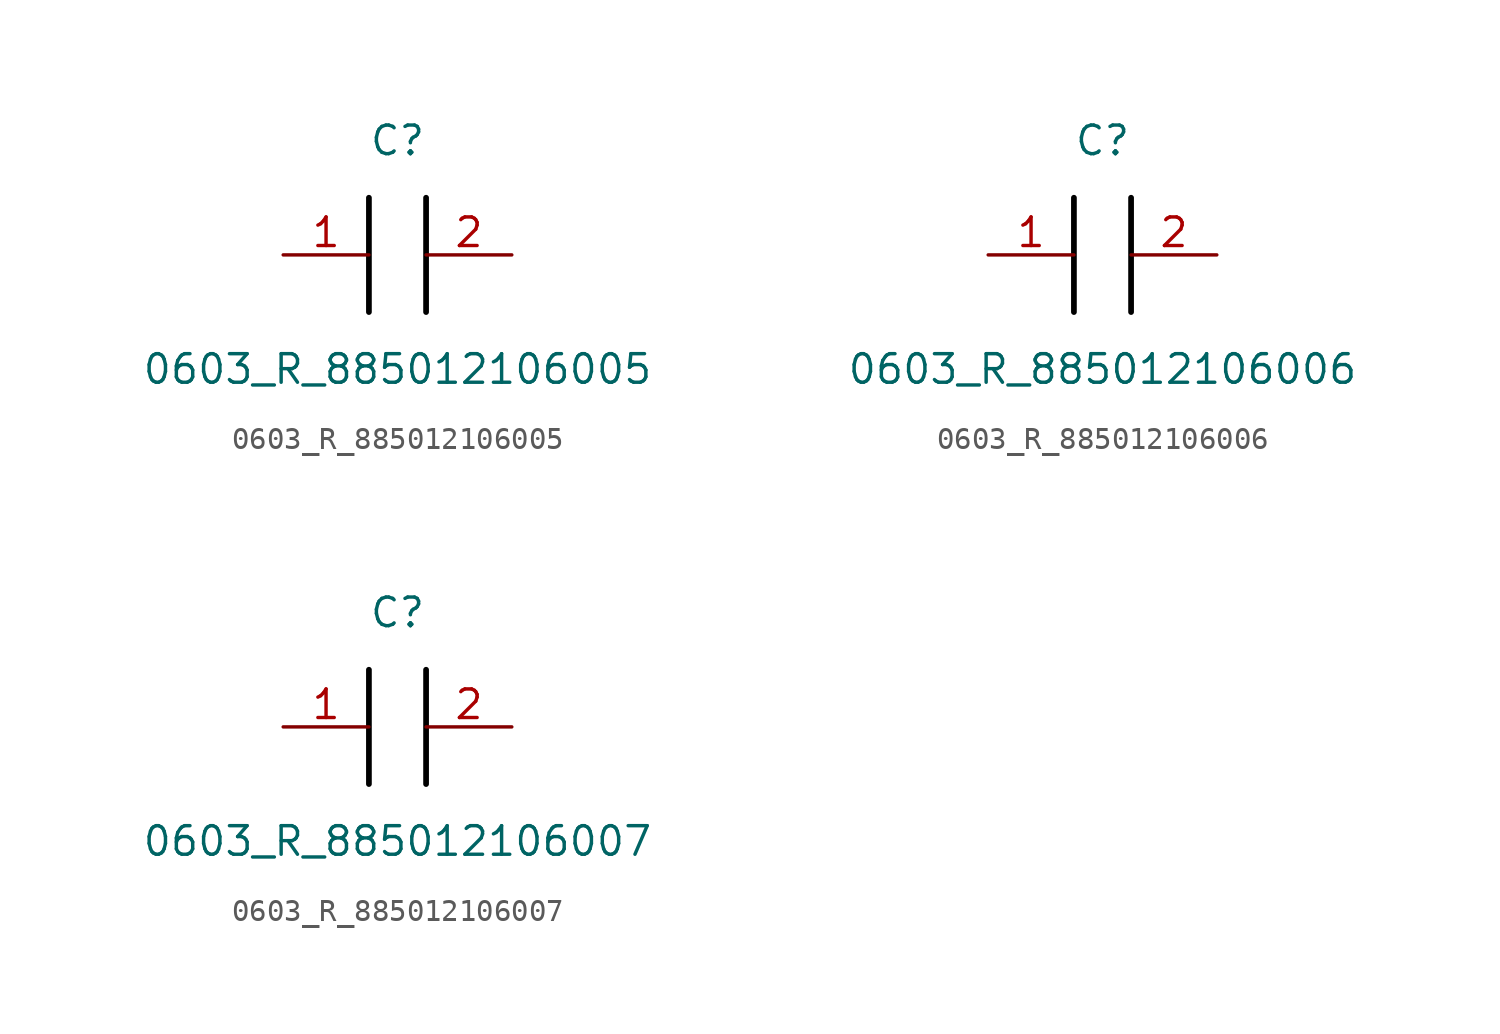
<source format=kicad_sym>
(kicad_symbol_lib
  (version 20220914)
  (generator kicad_symbol_editor)
  (symbol "0603_R_885012106005"
    (pin_names hide)
    (property "Reference" "C"
      (at 0 5.08 0)
      (effects (font (size 1.27 1.27))))
    (property "Value" "0603_R_885012106005"
      (at 0 -5.08 0)
      (effects (font (size 1.27 1.27))))
    (symbol "0603_R_885012106005_1_1"
      (polyline (pts (xy -1.27 2.54) (xy -1.27 -2.54)) (stroke (width 0.254) (type default) (color 0 0 0 1)) (fill (type none)))
      (polyline (pts (xy 1.27 2.54) (xy 1.27 -2.54)) (stroke (width 0.254) (type default) (color 0 0 0 1)) (fill (type none)))
      (pin passive line (at -5.08 0 0) (length 3.81) (name "1" (effects (font (size 1.27 1.27)))) (number "1" (effects (font (size 1.27 1.27)))))
      (pin passive line (at 5.08 0 180) (length 3.81) (name "2" (effects (font (size 1.27 1.27)))) (number "2" (effects (font (size 1.27 1.27)))))))
  (symbol "0603_R_885012106006"
    (pin_names hide)
    (property "Reference" "C"
      (at 0 5.08 0)
      (effects (font (size 1.27 1.27))))
    (property "Value" "0603_R_885012106006"
      (at 0 -5.08 0)
      (effects (font (size 1.27 1.27))))
    (symbol "0603_R_885012106006_1_1"
      (polyline (pts (xy -1.27 2.54) (xy -1.27 -2.54)) (stroke (width 0.254) (type default) (color 0 0 0 1)) (fill (type none)))
      (polyline (pts (xy 1.27 2.54) (xy 1.27 -2.54)) (stroke (width 0.254) (type default) (color 0 0 0 1)) (fill (type none)))
      (pin passive line (at -5.08 0 0) (length 3.81) (name "1" (effects (font (size 1.27 1.27)))) (number "1" (effects (font (size 1.27 1.27)))))
      (pin passive line (at 5.08 0 180) (length 3.81) (name "2" (effects (font (size 1.27 1.27)))) (number "2" (effects (font (size 1.27 1.27)))))))
  (symbol "0603_R_885012106007"
    (pin_names hide)
    (property "Reference" "C"
      (at 0 5.08 0)
      (effects (font (size 1.27 1.27))))
    (property "Value" "0603_R_885012106007"
      (at 0 -5.08 0)
      (effects (font (size 1.27 1.27))))
    (symbol "0603_R_885012106007_1_1"
      (polyline (pts (xy -1.27 2.54) (xy -1.27 -2.54)) (stroke (width 0.254) (type default) (color 0 0 0 1)) (fill (type none)))
      (polyline (pts (xy 1.27 2.54) (xy 1.27 -2.54)) (stroke (width 0.254) (type default) (color 0 0 0 1)) (fill (type none)))
      (pin passive line (at -5.08 0 0) (length 3.81) (name "1" (effects (font (size 1.27 1.27)))) (number "1" (effects (font (size 1.27 1.27)))))
      (pin passive line (at 5.08 0 180) (length 3.81) (name "2" (effects (font (size 1.27 1.27)))) (number "2" (effects (font (size 1.27 1.27))))))))
</source>
